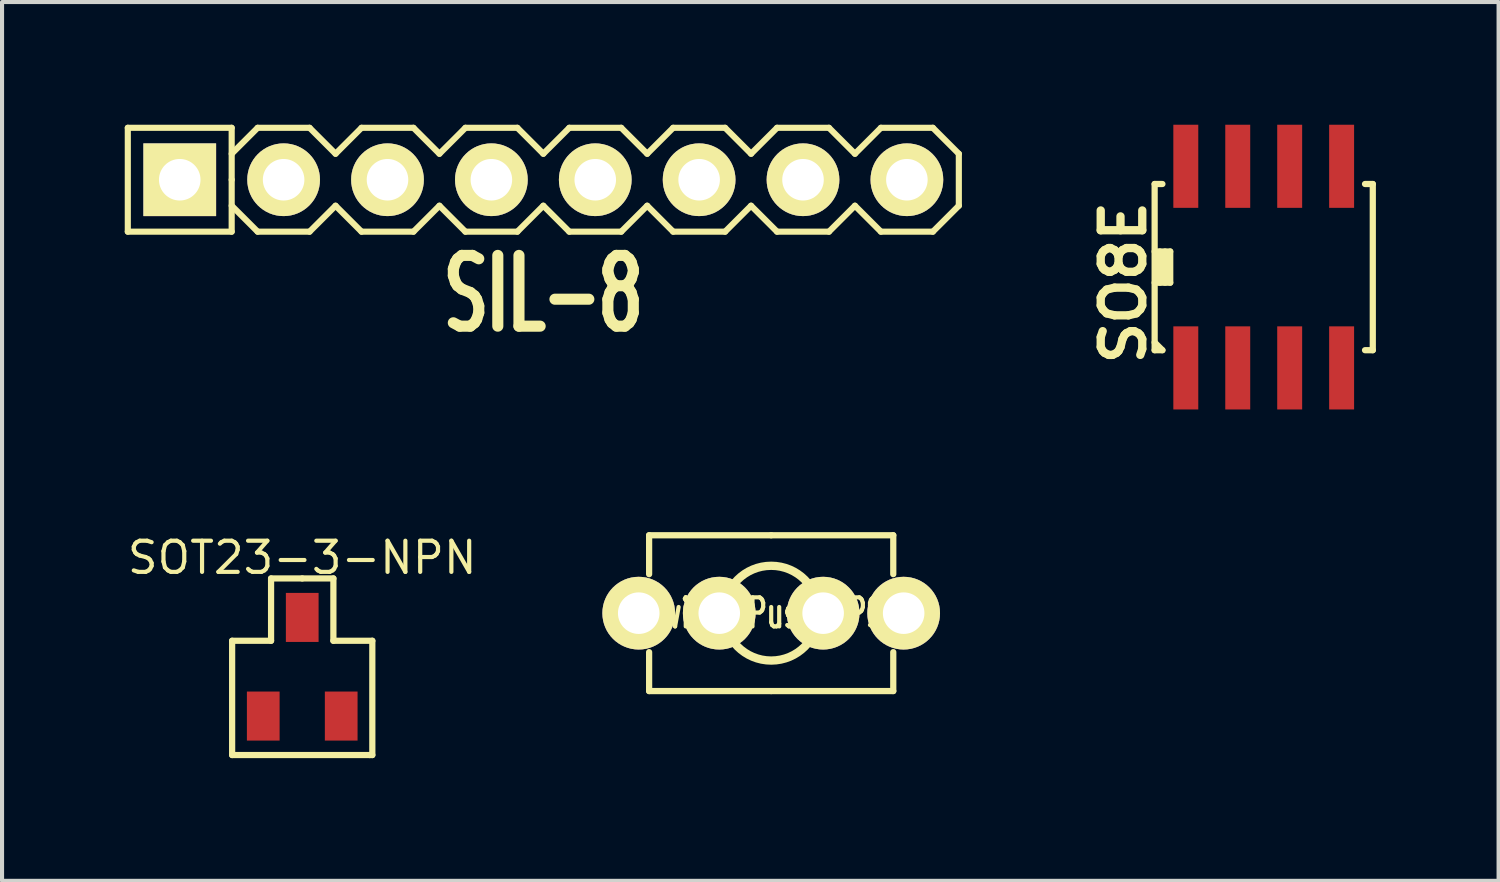
<source format=kicad_pcb>
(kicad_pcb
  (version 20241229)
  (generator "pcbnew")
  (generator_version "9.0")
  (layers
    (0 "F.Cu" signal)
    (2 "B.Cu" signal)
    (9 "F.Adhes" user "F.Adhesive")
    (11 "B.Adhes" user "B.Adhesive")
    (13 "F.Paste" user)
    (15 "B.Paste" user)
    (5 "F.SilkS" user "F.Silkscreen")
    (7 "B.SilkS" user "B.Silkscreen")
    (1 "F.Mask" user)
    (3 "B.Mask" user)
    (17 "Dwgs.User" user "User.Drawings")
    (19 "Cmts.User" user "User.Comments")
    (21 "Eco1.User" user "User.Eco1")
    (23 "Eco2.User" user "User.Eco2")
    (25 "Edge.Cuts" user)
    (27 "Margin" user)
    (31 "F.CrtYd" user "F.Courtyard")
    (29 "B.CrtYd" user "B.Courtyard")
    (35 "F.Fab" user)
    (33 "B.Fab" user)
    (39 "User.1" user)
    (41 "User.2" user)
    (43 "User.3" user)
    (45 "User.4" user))
  (footprint "Switch_Push_SPST"
    (layer "F.Cu")
    (at 15.807 11.943)
    (property "Reference" "Switch_Push_SPST" (at 0 0 0) (layer "F.SilkS") (effects (font (size 0.711 0.457) (thickness 0.102))))
    (attr through_hole)
    (fp_line (start -2.985 -1.905) (end -2.985 -0.953) (stroke (width 0.152) (type solid)) (layer "F.SilkS"))
    (fp_line (start -2.985 1.905) (end -2.985 0.953) (stroke (width 0.152) (type solid)) (layer "F.SilkS"))
    (fp_line (start 0 -1.905) (end -2.985 -1.905) (stroke (width 0.152) (type solid)) (layer "F.SilkS"))
    (fp_line (start 0 -1.905) (end 2.985 -1.905) (stroke (width 0.152) (type solid)) (layer "F.SilkS"))
    (fp_line (start 0 1.905) (end -2.985 1.905) (stroke (width 0.152) (type solid)) (layer "F.SilkS"))
    (fp_line (start 0 1.905) (end 2.985 1.905) (stroke (width 0.152) (type solid)) (layer "F.SilkS"))
    (fp_line (start 2.985 -1.905) (end 2.985 -0.953) (stroke (width 0.152) (type solid)) (layer "F.SilkS"))
    (fp_line (start 2.985 1.905) (end 2.985 0.953) (stroke (width 0.152) (type solid)) (layer "F.SilkS"))
    (fp_circle (center 0 0) (end 1.143 0.191) (stroke (width 0.203) (type solid)) (fill no) (layer "F.SilkS"))
    (pad "1" thru_hole circle (at -3.239 0) (size 1.778 1.778) (drill 1.016) (layers "*.Cu" "*.Mask" "F.SilkS"))
    (pad "1" thru_hole circle (at -1.27 0) (size 1.778 1.778) (drill 1.016) (layers "*.Cu" "*.Mask" "F.SilkS"))
    (pad "2" thru_hole circle (at 1.27 0) (size 1.778 1.778) (drill 1.016) (layers "*.Cu" "*.Mask" "F.SilkS"))
    (pad "2" thru_hole circle (at 3.239 0) (size 1.778 1.778) (drill 1.016) (layers "*.Cu" "*.Mask" "F.SilkS")))
  (footprint "SO8E"
    (layer "F.Cu")
    (at 27.85 3.481)
    (property "Reference" "SO8E" (at -3.429 0.381 90) (layer "F.SilkS") (effects (font (size 1.016 1.016) (thickness 0.203))))
    (attr smd)
    (fp_line (start -2.667 -2.032) (end -2.667 2.032) (stroke (width 0.152) (type solid)) (layer "F.SilkS"))
    (fp_line (start -2.667 -0.381) (end -2.286 -0.381) (stroke (width 0.152) (type solid)) (layer "F.SilkS"))
    (fp_line (start -2.667 2.032) (end -2.477 2.032) (stroke (width 0.152) (type solid)) (layer "F.SilkS"))
    (fp_line (start -2.54 -0.381) (end -2.54 0.381) (stroke (width 0.152) (type solid)) (layer "F.SilkS"))
    (fp_line (start -2.477 -2.032) (end -2.667 -2.032) (stroke (width 0.152) (type solid)) (layer "F.SilkS"))
    (fp_line (start -2.477 2.032) (end -2.667 1.841) (stroke (width 0.152) (type solid)) (layer "F.SilkS"))
    (fp_line (start -2.413 -0.381) (end -2.413 0.381) (stroke (width 0.152) (type solid)) (layer "F.SilkS"))
    (fp_line (start -2.286 -0.381) (end -2.286 0.381) (stroke (width 0.152) (type solid)) (layer "F.SilkS"))
    (fp_line (start -2.286 0.381) (end -2.667 0.381) (stroke (width 0.152) (type solid)) (layer "F.SilkS"))
    (fp_line (start 2.477 2.032) (end 2.667 2.032) (stroke (width 0.152) (type solid)) (layer "F.SilkS"))
    (fp_line (start 2.667 -2.032) (end 2.477 -2.032) (stroke (width 0.152) (type solid)) (layer "F.SilkS"))
    (fp_line (start 2.667 2.032) (end 2.667 -2.032) (stroke (width 0.152) (type solid)) (layer "F.SilkS"))
    (pad "1" smd rect (at -1.905 2.465) (size 0.61 2.032) (layers "F.Cu" "F.Mask" "F.Paste"))
    (pad "2" smd rect (at -0.635 2.465) (size 0.61 2.032) (layers "F.Cu" "F.Mask" "F.Paste"))
    (pad "3" smd rect (at 0.635 2.465) (size 0.61 2.032) (layers "F.Cu" "F.Mask" "F.Paste"))
    (pad "4" smd rect (at 1.905 2.465) (size 0.61 2.032) (layers "F.Cu" "F.Mask" "F.Paste"))
    (pad "5" smd rect (at 1.905 -2.465) (size 0.61 2.032) (layers "F.Cu" "F.Mask" "F.Paste"))
    (pad "6" smd rect (at 0.635 -2.465) (size 0.61 2.032) (layers "F.Cu" "F.Mask" "F.Paste"))
    (pad "7" smd rect (at -0.635 -2.465) (size 0.61 2.032) (layers "F.Cu" "F.Mask" "F.Paste"))
    (pad "8" smd rect (at -1.905 -2.465) (size 0.61 2.032) (layers "F.Cu" "F.Mask" "F.Paste")))
  (footprint "SIL-8"
    (layer "F.Cu")
    (at 10.235 1.345)
    (property "Reference" "SIL-8" (at 0 2.794 0) (layer "F.SilkS") (effects (font (size 1.73 1.087) (thickness 0.305))))
    (attr through_hole)
    (fp_line (start -10.16 -1.27) (end -10.16 1.27) (stroke (width 0.15) (type solid)) (layer "F.SilkS"))
    (fp_line (start -10.16 1.27) (end -7.62 1.27) (stroke (width 0.15) (type solid)) (layer "F.SilkS"))
    (fp_line (start -7.62 -1.27) (end -10.16 -1.27) (stroke (width 0.15) (type solid)) (layer "F.SilkS"))
    (fp_line (start -7.62 -0.635) (end -6.985 -1.27) (stroke (width 0.15) (type solid)) (layer "F.SilkS"))
    (fp_line (start -7.62 0) (end -7.62 -1.27) (stroke (width 0.15) (type solid)) (layer "F.SilkS"))
    (fp_line (start -7.62 1.27) (end -7.62 0) (stroke (width 0.15) (type solid)) (layer "F.SilkS"))
    (fp_line (start -6.985 -1.27) (end -5.715 -1.27) (stroke (width 0.15) (type solid)) (layer "F.SilkS"))
    (fp_line (start -6.985 1.27) (end -7.62 0.635) (stroke (width 0.15) (type solid)) (layer "F.SilkS"))
    (fp_line (start -5.715 -1.27) (end -5.08 -0.635) (stroke (width 0.15) (type solid)) (layer "F.SilkS"))
    (fp_line (start -5.715 1.27) (end -6.985 1.27) (stroke (width 0.15) (type solid)) (layer "F.SilkS"))
    (fp_line (start -5.08 -0.635) (end -4.445 -1.27) (stroke (width 0.15) (type solid)) (layer "F.SilkS"))
    (fp_line (start -5.08 0.635) (end -5.715 1.27) (stroke (width 0.15) (type solid)) (layer "F.SilkS"))
    (fp_line (start -4.445 -1.27) (end -3.175 -1.27) (stroke (width 0.15) (type solid)) (layer "F.SilkS"))
    (fp_line (start -4.445 1.27) (end -5.08 0.635) (stroke (width 0.15) (type solid)) (layer "F.SilkS"))
    (fp_line (start -3.175 -1.27) (end -2.54 -0.635) (stroke (width 0.15) (type solid)) (layer "F.SilkS"))
    (fp_line (start -3.175 1.27) (end -4.445 1.27) (stroke (width 0.15) (type solid)) (layer "F.SilkS"))
    (fp_line (start -2.54 -0.635) (end -1.905 -1.27) (stroke (width 0.15) (type solid)) (layer "F.SilkS"))
    (fp_line (start -2.54 0.635) (end -3.175 1.27) (stroke (width 0.15) (type solid)) (layer "F.SilkS"))
    (fp_line (start -1.905 -1.27) (end -0.635 -1.27) (stroke (width 0.15) (type solid)) (layer "F.SilkS"))
    (fp_line (start -1.905 1.27) (end -2.54 0.635) (stroke (width 0.15) (type solid)) (layer "F.SilkS"))
    (fp_line (start -0.635 -1.27) (end 0 -0.635) (stroke (width 0.15) (type solid)) (layer "F.SilkS"))
    (fp_line (start -0.635 1.27) (end -1.905 1.27) (stroke (width 0.15) (type solid)) (layer "F.SilkS"))
    (fp_line (start 0 -0.635) (end 0.635 -1.27) (stroke (width 0.15) (type solid)) (layer "F.SilkS"))
    (fp_line (start 0 0.635) (end -0.635 1.27) (stroke (width 0.15) (type solid)) (layer "F.SilkS"))
    (fp_line (start 0.635 -1.27) (end 1.905 -1.27) (stroke (width 0.15) (type solid)) (layer "F.SilkS"))
    (fp_line (start 0.635 1.27) (end 0 0.635) (stroke (width 0.15) (type solid)) (layer "F.SilkS"))
    (fp_line (start 1.905 -1.27) (end 2.54 -0.635) (stroke (width 0.15) (type solid)) (layer "F.SilkS"))
    (fp_line (start 1.905 1.27) (end 0.635 1.27) (stroke (width 0.15) (type solid)) (layer "F.SilkS"))
    (fp_line (start 2.54 -0.635) (end 3.175 -1.27) (stroke (width 0.15) (type solid)) (layer "F.SilkS"))
    (fp_line (start 2.54 0.635) (end 1.905 1.27) (stroke (width 0.15) (type solid)) (layer "F.SilkS"))
    (fp_line (start 3.175 -1.27) (end 4.445 -1.27) (stroke (width 0.15) (type solid)) (layer "F.SilkS"))
    (fp_line (start 3.175 1.27) (end 2.54 0.635) (stroke (width 0.15) (type solid)) (layer "F.SilkS"))
    (fp_line (start 4.445 -1.27) (end 5.08 -0.635) (stroke (width 0.15) (type solid)) (layer "F.SilkS"))
    (fp_line (start 4.445 1.27) (end 3.175 1.27) (stroke (width 0.15) (type solid)) (layer "F.SilkS"))
    (fp_line (start 5.08 -0.635) (end 5.715 -1.27) (stroke (width 0.15) (type solid)) (layer "F.SilkS"))
    (fp_line (start 5.08 0.635) (end 4.445 1.27) (stroke (width 0.15) (type solid)) (layer "F.SilkS"))
    (fp_line (start 5.715 -1.27) (end 6.985 -1.27) (stroke (width 0.15) (type solid)) (layer "F.SilkS"))
    (fp_line (start 5.715 1.27) (end 5.08 0.635) (stroke (width 0.15) (type solid)) (layer "F.SilkS"))
    (fp_line (start 6.985 -1.27) (end 7.62 -0.635) (stroke (width 0.15) (type solid)) (layer "F.SilkS"))
    (fp_line (start 6.985 1.27) (end 5.715 1.27) (stroke (width 0.15) (type solid)) (layer "F.SilkS"))
    (fp_line (start 7.62 -0.635) (end 8.255 -1.27) (stroke (width 0.15) (type solid)) (layer "F.SilkS"))
    (fp_line (start 7.62 0.635) (end 6.985 1.27) (stroke (width 0.15) (type solid)) (layer "F.SilkS"))
    (fp_line (start 8.255 -1.27) (end 9.525 -1.27) (stroke (width 0.15) (type solid)) (layer "F.SilkS"))
    (fp_line (start 8.255 1.27) (end 7.62 0.635) (stroke (width 0.15) (type solid)) (layer "F.SilkS"))
    (fp_line (start 9.525 -1.27) (end 10.16 -0.635) (stroke (width 0.15) (type solid)) (layer "F.SilkS"))
    (fp_line (start 9.525 1.27) (end 8.255 1.27) (stroke (width 0.15) (type solid)) (layer "F.SilkS"))
    (fp_line (start 10.16 -0.635) (end 10.16 0.635) (stroke (width 0.15) (type solid)) (layer "F.SilkS"))
    (fp_line (start 10.16 0.635) (end 9.525 1.27) (stroke (width 0.15) (type solid)) (layer "F.SilkS"))
    (pad "1" thru_hole rect (at -8.89 0) (size 1.778 1.778) (drill 1.016) (layers "*.Cu" "*.Mask" "F.SilkS"))
    (pad "2" thru_hole circle (at -6.35 0) (size 1.778 1.778) (drill 1.016) (layers "*.Cu" "*.Mask" "F.SilkS"))
    (pad "3" thru_hole circle (at -3.81 0) (size 1.778 1.778) (drill 1.016) (layers "*.Cu" "*.Mask" "F.SilkS"))
    (pad "4" thru_hole circle (at -1.27 0) (size 1.778 1.778) (drill 1.016) (layers "*.Cu" "*.Mask" "F.SilkS"))
    (pad "5" thru_hole circle (at 1.27 0) (size 1.778 1.778) (drill 1.016) (layers "*.Cu" "*.Mask" "F.SilkS"))
    (pad "6" thru_hole circle (at 3.81 0) (size 1.778 1.778) (drill 1.016) (layers "*.Cu" "*.Mask" "F.SilkS"))
    (pad "7" thru_hole circle (at 6.35 0) (size 1.778 1.778) (drill 1.016) (layers "*.Cu" "*.Mask" "F.SilkS"))
    (pad "8" thru_hole circle (at 8.89 0) (size 1.778 1.778) (drill 1.016) (layers "*.Cu" "*.Mask" "F.SilkS")))
  (footprint "SOT23-3-NPN"
    (layer "F.Cu")
    (at 4.34 13.253)
    (property "Reference" "SOT23-3-NPN" (at 0 -2.667 0) (layer "F.SilkS") (effects (font (size 0.762 0.762) (thickness 0.102))))
    (attr smd)
    (fp_line (start -1.714 -0.635) (end -1.714 2.159) (stroke (width 0.152) (type solid)) (layer "F.SilkS"))
    (fp_line (start -1.714 2.159) (end 1.651 2.159) (stroke (width 0.152) (type solid)) (layer "F.SilkS"))
    (fp_line (start -0.762 -2.159) (end -0.762 -0.635) (stroke (width 0.152) (type solid)) (layer "F.SilkS"))
    (fp_line (start -0.762 -0.635) (end -1.714 -0.635) (stroke (width 0.152) (type solid)) (layer "F.SilkS"))
    (fp_line (start 0 -2.159) (end -0.762 -2.159) (stroke (width 0.152) (type solid)) (layer "F.SilkS"))
    (fp_line (start 0.762 -2.159) (end 0 -2.159) (stroke (width 0.152) (type solid)) (layer "F.SilkS"))
    (fp_line (start 0.762 -0.635) (end 0.762 -2.159) (stroke (width 0.152) (type solid)) (layer "F.SilkS"))
    (fp_line (start 1.651 2.159) (end 1.714 2.159) (stroke (width 0.152) (type solid)) (layer "F.SilkS"))
    (fp_line (start 1.714 -0.635) (end 0.762 -0.635) (stroke (width 0.152) (type solid)) (layer "F.SilkS"))
    (fp_line (start 1.714 2.159) (end 1.714 -0.635) (stroke (width 0.152) (type solid)) (layer "F.SilkS"))
    (pad "1" smd rect (at 0.953 1.206) (size 0.8 1.199) (layers "F.Cu" "F.Mask" "F.Paste"))
    (pad "2" smd rect (at -0.953 1.206) (size 0.8 1.199) (layers "F.Cu" "F.Mask" "F.Paste"))
    (pad "3" smd rect (at 0 -1.206) (size 0.8 1.199) (layers "F.Cu" "F.Mask" "F.Paste")))
  (gr_rect
    (start -3 -3)
    (end 33.593 18.488)
    (stroke (width 0.1) (type default))
    (fill no)
    (layer "Edge.Cuts")))
</source>
